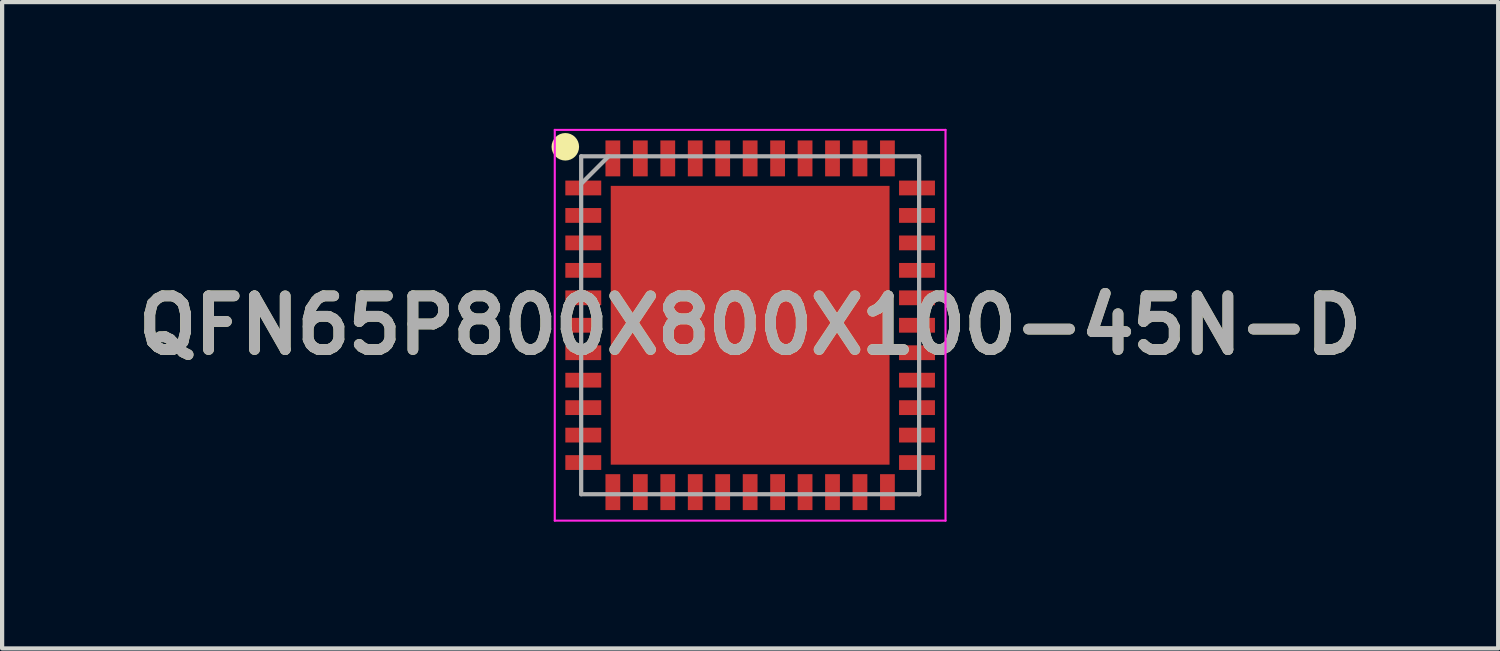
<source format=kicad_pcb>
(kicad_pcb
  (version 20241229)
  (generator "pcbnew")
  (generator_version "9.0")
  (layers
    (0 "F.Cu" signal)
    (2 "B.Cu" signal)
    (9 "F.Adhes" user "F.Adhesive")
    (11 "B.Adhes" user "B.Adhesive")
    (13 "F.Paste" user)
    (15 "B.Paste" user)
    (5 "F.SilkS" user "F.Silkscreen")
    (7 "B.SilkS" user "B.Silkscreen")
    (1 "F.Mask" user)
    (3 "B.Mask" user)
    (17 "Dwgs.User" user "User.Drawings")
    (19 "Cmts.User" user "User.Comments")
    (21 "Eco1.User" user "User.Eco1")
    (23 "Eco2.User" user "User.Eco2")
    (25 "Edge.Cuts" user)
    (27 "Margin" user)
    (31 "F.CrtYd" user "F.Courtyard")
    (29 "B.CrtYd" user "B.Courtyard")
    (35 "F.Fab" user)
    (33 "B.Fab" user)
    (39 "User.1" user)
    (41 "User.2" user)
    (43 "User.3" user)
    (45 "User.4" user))
  (footprint "QFN65P800X800X100-45N-D"
    (layer "F.Cu")
    (at 14.708 4.65)
    (property "Reference" "QFN65P800X800X100-45N-D" (at 0 0 0) (layer "F.SilkS") (effects (font (size 1.27 1.27) (thickness 0.254))))
    (attr smd)
    (fp_circle (center -4.375 -4.225) (end -4.375 -4.062) (stroke (width 0.325) (type solid)) (fill no) (layer "F.SilkS"))
    (fp_line (start -4.625 -4.625) (end 4.625 -4.625) (stroke (width 0.05) (type solid)) (layer "F.CrtYd"))
    (fp_line (start -4.625 4.625) (end -4.625 -4.625) (stroke (width 0.05) (type solid)) (layer "F.CrtYd"))
    (fp_line (start 4.625 -4.625) (end 4.625 4.625) (stroke (width 0.05) (type solid)) (layer "F.CrtYd"))
    (fp_line (start 4.625 4.625) (end -4.625 4.625) (stroke (width 0.05) (type solid)) (layer "F.CrtYd"))
    (fp_line (start -4 -4) (end 4 -4) (stroke (width 0.1) (type solid)) (layer "F.Fab"))
    (fp_line (start -4 -3.35) (end -3.35 -4) (stroke (width 0.1) (type solid)) (layer "F.Fab"))
    (fp_line (start -4 4) (end -4 -4) (stroke (width 0.1) (type solid)) (layer "F.Fab"))
    (fp_line (start 4 -4) (end 4 4) (stroke (width 0.1) (type solid)) (layer "F.Fab"))
    (fp_line (start 4 4) (end -4 4) (stroke (width 0.1) (type solid)) (layer "F.Fab"))
    (fp_text user "${REFERENCE}" (at 0 0 0) (layer "F.Fab") (effects (font (size 1.27 1.27) (thickness 0.254))))
    (pad "1" smd rect (at -3.95 -3.25 90) (size 0.35 0.85) (layers "F.Cu" "F.Mask" "F.Paste"))
    (pad "2" smd rect (at -3.95 -2.6 90) (size 0.35 0.85) (layers "F.Cu" "F.Mask" "F.Paste"))
    (pad "3" smd rect (at -3.95 -1.95 90) (size 0.35 0.85) (layers "F.Cu" "F.Mask" "F.Paste"))
    (pad "4" smd rect (at -3.95 -1.3 90) (size 0.35 0.85) (layers "F.Cu" "F.Mask" "F.Paste"))
    (pad "5" smd rect (at -3.95 -0.65 90) (size 0.35 0.85) (layers "F.Cu" "F.Mask" "F.Paste"))
    (pad "6" smd rect (at -3.95 0 90) (size 0.35 0.85) (layers "F.Cu" "F.Mask" "F.Paste"))
    (pad "7" smd rect (at -3.95 0.65 90) (size 0.35 0.85) (layers "F.Cu" "F.Mask" "F.Paste"))
    (pad "8" smd rect (at -3.95 1.3 90) (size 0.35 0.85) (layers "F.Cu" "F.Mask" "F.Paste"))
    (pad "9" smd rect (at -3.95 1.95 90) (size 0.35 0.85) (layers "F.Cu" "F.Mask" "F.Paste"))
    (pad "10" smd rect (at -3.95 2.6 90) (size 0.35 0.85) (layers "F.Cu" "F.Mask" "F.Paste"))
    (pad "11" smd rect (at -3.95 3.25 90) (size 0.35 0.85) (layers "F.Cu" "F.Mask" "F.Paste"))
    (pad "12" smd rect (at -3.25 3.95) (size 0.35 0.85) (layers "F.Cu" "F.Mask" "F.Paste"))
    (pad "13" smd rect (at -2.6 3.95) (size 0.35 0.85) (layers "F.Cu" "F.Mask" "F.Paste"))
    (pad "14" smd rect (at -1.95 3.95) (size 0.35 0.85) (layers "F.Cu" "F.Mask" "F.Paste"))
    (pad "15" smd rect (at -1.3 3.95) (size 0.35 0.85) (layers "F.Cu" "F.Mask" "F.Paste"))
    (pad "16" smd rect (at -0.65 3.95) (size 0.35 0.85) (layers "F.Cu" "F.Mask" "F.Paste"))
    (pad "17" smd rect (at 0 3.95) (size 0.35 0.85) (layers "F.Cu" "F.Mask" "F.Paste"))
    (pad "18" smd rect (at 0.65 3.95) (size 0.35 0.85) (layers "F.Cu" "F.Mask" "F.Paste"))
    (pad "19" smd rect (at 1.3 3.95) (size 0.35 0.85) (layers "F.Cu" "F.Mask" "F.Paste"))
    (pad "20" smd rect (at 1.95 3.95) (size 0.35 0.85) (layers "F.Cu" "F.Mask" "F.Paste"))
    (pad "21" smd rect (at 2.6 3.95) (size 0.35 0.85) (layers "F.Cu" "F.Mask" "F.Paste"))
    (pad "22" smd rect (at 3.25 3.95) (size 0.35 0.85) (layers "F.Cu" "F.Mask" "F.Paste"))
    (pad "23" smd rect (at 3.95 3.25 90) (size 0.35 0.85) (layers "F.Cu" "F.Mask" "F.Paste"))
    (pad "24" smd rect (at 3.95 2.6 90) (size 0.35 0.85) (layers "F.Cu" "F.Mask" "F.Paste"))
    (pad "25" smd rect (at 3.95 1.95 90) (size 0.35 0.85) (layers "F.Cu" "F.Mask" "F.Paste"))
    (pad "26" smd rect (at 3.95 1.3 90) (size 0.35 0.85) (layers "F.Cu" "F.Mask" "F.Paste"))
    (pad "27" smd rect (at 3.95 0.65 90) (size 0.35 0.85) (layers "F.Cu" "F.Mask" "F.Paste"))
    (pad "28" smd rect (at 3.95 0 90) (size 0.35 0.85) (layers "F.Cu" "F.Mask" "F.Paste"))
    (pad "29" smd rect (at 3.95 -0.65 90) (size 0.35 0.85) (layers "F.Cu" "F.Mask" "F.Paste"))
    (pad "30" smd rect (at 3.95 -1.3 90) (size 0.35 0.85) (layers "F.Cu" "F.Mask" "F.Paste"))
    (pad "31" smd rect (at 3.95 -1.95 90) (size 0.35 0.85) (layers "F.Cu" "F.Mask" "F.Paste"))
    (pad "32" smd rect (at 3.95 -2.6 90) (size 0.35 0.85) (layers "F.Cu" "F.Mask" "F.Paste"))
    (pad "33" smd rect (at 3.95 -3.25 90) (size 0.35 0.85) (layers "F.Cu" "F.Mask" "F.Paste"))
    (pad "34" smd rect (at 3.25 -3.95) (size 0.35 0.85) (layers "F.Cu" "F.Mask" "F.Paste"))
    (pad "35" smd rect (at 2.6 -3.95) (size 0.35 0.85) (layers "F.Cu" "F.Mask" "F.Paste"))
    (pad "36" smd rect (at 1.95 -3.95) (size 0.35 0.85) (layers "F.Cu" "F.Mask" "F.Paste"))
    (pad "37" smd rect (at 1.3 -3.95) (size 0.35 0.85) (layers "F.Cu" "F.Mask" "F.Paste"))
    (pad "38" smd rect (at 0.65 -3.95) (size 0.35 0.85) (layers "F.Cu" "F.Mask" "F.Paste"))
    (pad "39" smd rect (at 0 -3.95) (size 0.35 0.85) (layers "F.Cu" "F.Mask" "F.Paste"))
    (pad "40" smd rect (at -0.65 -3.95) (size 0.35 0.85) (layers "F.Cu" "F.Mask" "F.Paste"))
    (pad "41" smd rect (at -1.3 -3.95) (size 0.35 0.85) (layers "F.Cu" "F.Mask" "F.Paste"))
    (pad "42" smd rect (at -1.95 -3.95) (size 0.35 0.85) (layers "F.Cu" "F.Mask" "F.Paste"))
    (pad "43" smd rect (at -2.6 -3.95) (size 0.35 0.85) (layers "F.Cu" "F.Mask" "F.Paste"))
    (pad "44" smd rect (at -3.25 -3.95) (size 0.35 0.85) (layers "F.Cu" "F.Mask" "F.Paste"))
    (pad "45" smd rect (at 0 0) (size 6.6 6.6) (layers "F.Cu" "F.Mask" "F.Paste")))
  (gr_rect
    (start -3 -3)
    (end 32.416 12.3)
    (stroke (width 0.1) (type default))
    (fill no)
    (layer "Edge.Cuts")))
</source>
